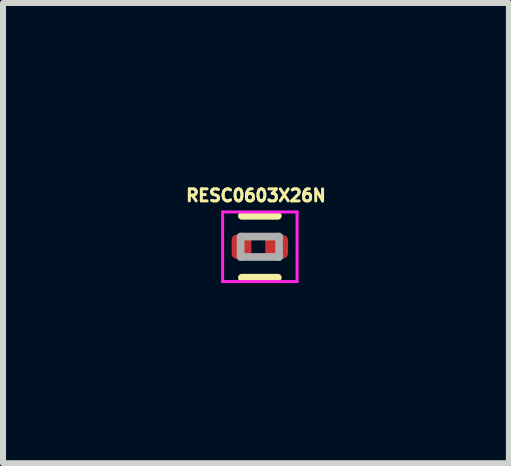
<source format=kicad_pcb>
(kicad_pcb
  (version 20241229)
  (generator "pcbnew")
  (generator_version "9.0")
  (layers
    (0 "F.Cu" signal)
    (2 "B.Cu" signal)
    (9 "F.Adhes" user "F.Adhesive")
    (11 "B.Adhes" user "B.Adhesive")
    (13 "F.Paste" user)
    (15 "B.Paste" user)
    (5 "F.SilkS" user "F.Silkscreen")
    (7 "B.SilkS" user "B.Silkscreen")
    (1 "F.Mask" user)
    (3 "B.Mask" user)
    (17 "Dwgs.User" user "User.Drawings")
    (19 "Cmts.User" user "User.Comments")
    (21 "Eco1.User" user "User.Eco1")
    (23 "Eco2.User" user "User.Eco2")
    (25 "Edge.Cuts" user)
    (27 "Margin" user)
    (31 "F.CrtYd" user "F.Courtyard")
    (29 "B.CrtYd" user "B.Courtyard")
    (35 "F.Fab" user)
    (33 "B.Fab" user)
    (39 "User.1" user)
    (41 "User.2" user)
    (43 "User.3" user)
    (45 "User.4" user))
  (footprint "RESC0603X26N"
    (layer "F.Cu")
    (at 1.277 1.059)
    (property "Reference" "RESC0603X26N" (at -0.065 -0.854 0) (layer "F.SilkS") (effects (font (size 0.2 0.2) (thickness 0.15))))
    (attr smd)
    (fp_line (start -0.3 -0.515) (end 0.3 -0.515) (stroke (width 0.127) (type solid)) (layer "F.SilkS"))
    (fp_line (start -0.3 0.515) (end 0.3 0.515) (stroke (width 0.127) (type solid)) (layer "F.SilkS"))
    (fp_line (start -0.62 -0.579) (end 0.62 -0.579) (stroke (width 0.05) (type solid)) (layer "F.CrtYd"))
    (fp_line (start -0.62 0.579) (end -0.62 -0.579) (stroke (width 0.05) (type solid)) (layer "F.CrtYd"))
    (fp_line (start 0.62 -0.579) (end 0.62 0.579) (stroke (width 0.05) (type solid)) (layer "F.CrtYd"))
    (fp_line (start 0.62 0.579) (end -0.62 0.579) (stroke (width 0.05) (type solid)) (layer "F.CrtYd"))
    (fp_line (start -0.32 -0.17) (end 0.32 -0.17) (stroke (width 0.127) (type solid)) (layer "F.Fab"))
    (fp_line (start -0.32 0.17) (end -0.32 -0.17) (stroke (width 0.127) (type solid)) (layer "F.Fab"))
    (fp_line (start 0.32 -0.17) (end 0.32 0.17) (stroke (width 0.127) (type solid)) (layer "F.Fab"))
    (fp_line (start 0.32 0.17) (end -0.32 0.17) (stroke (width 0.127) (type solid)) (layer "F.Fab"))
    (pad "1" smd roundrect (at -0.305 0) (size 0.33 0.4) (layers "F.Cu" "F.Mask" "F.Paste") (roundrect_rratio 0.25))
    (pad "2" smd roundrect (at 0.28 0) (size 0.38 0.4) (layers "F.Cu" "F.Mask" "F.Paste") (roundrect_rratio 0.25)))
  (gr_rect
    (start -3 -3)
    (end 5.424 4.663)
    (stroke (width 0.1) (type default))
    (fill no)
    (layer "Edge.Cuts")))
</source>
